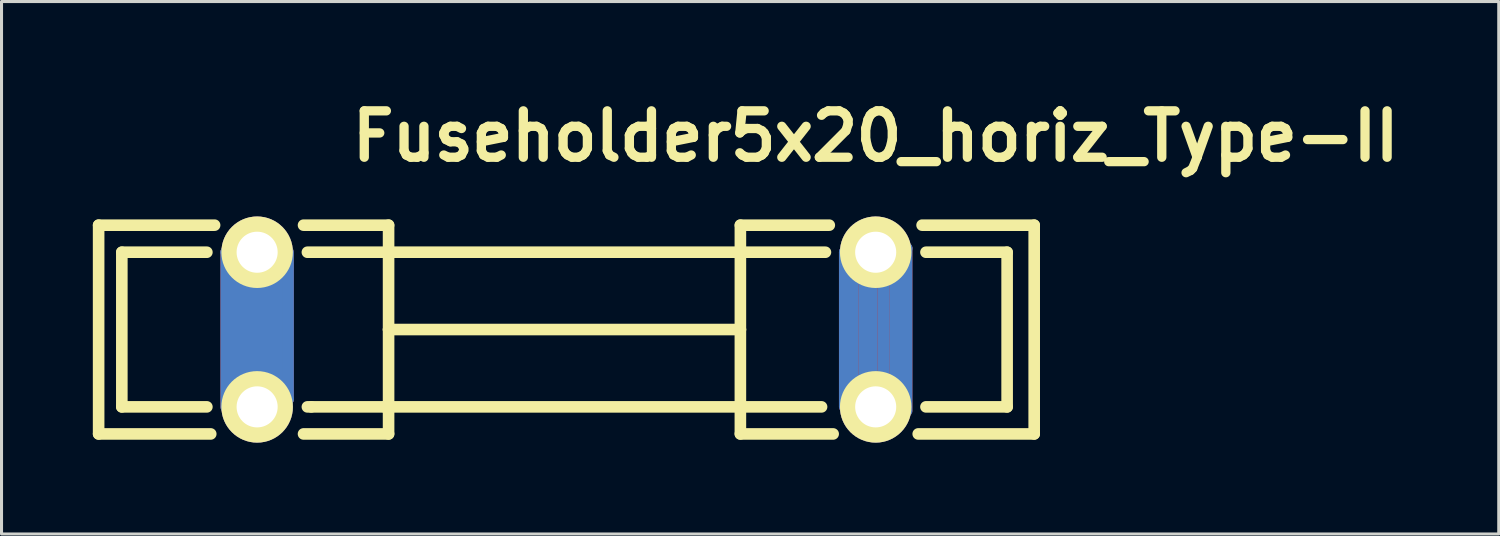
<source format=kicad_pcb>
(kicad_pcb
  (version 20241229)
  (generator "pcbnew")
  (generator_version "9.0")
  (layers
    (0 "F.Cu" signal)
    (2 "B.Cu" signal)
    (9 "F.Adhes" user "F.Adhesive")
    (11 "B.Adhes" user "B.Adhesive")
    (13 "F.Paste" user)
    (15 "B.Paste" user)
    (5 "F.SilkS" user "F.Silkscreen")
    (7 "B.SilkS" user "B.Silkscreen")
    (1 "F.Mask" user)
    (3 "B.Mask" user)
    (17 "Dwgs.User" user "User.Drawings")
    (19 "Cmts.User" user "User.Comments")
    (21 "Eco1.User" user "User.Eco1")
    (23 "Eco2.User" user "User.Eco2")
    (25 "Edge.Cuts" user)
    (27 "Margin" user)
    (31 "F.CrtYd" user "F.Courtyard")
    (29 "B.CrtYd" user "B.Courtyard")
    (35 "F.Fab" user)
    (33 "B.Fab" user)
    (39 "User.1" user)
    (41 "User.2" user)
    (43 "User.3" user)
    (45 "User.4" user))
  (footprint "Fuseholder5x20_horiz_Type-II"
    (layer "F.Cu")
    (at 15.557 7.776)
    (property "Reference" "Fuseholder5x20_horiz_Type-II" (at 10.16 -6.35 0) (layer "F.SilkS") (effects (font (size 1.524 1.524) (thickness 0.305))))
    (attr through_hole)
    (fp_line (start -11.176 -2.54) (end -10.922 -2.032) (stroke (width 0.381) (type solid)) (layer "F.Cu"))
    (fp_line (start -11.176 2.54) (end -11.176 -2.54) (stroke (width 0.381) (type solid)) (layer "F.Cu"))
    (fp_line (start -10.922 -2.032) (end -10.922 2.032) (stroke (width 0.381) (type solid)) (layer "F.Cu"))
    (fp_line (start -10.922 2.032) (end -10.668 1.651) (stroke (width 0.381) (type solid)) (layer "F.Cu"))
    (fp_line (start -10.668 -1.778) (end -10.414 -1.651) (stroke (width 0.381) (type solid)) (layer "F.Cu"))
    (fp_line (start -10.668 1.651) (end -10.668 -1.778) (stroke (width 0.381) (type solid)) (layer "F.Cu"))
    (fp_line (start -10.414 -1.651) (end -10.414 1.524) (stroke (width 0.381) (type solid)) (layer "F.Cu"))
    (fp_line (start -10.414 1.524) (end -10.16 1.524) (stroke (width 0.381) (type solid)) (layer "F.Cu"))
    (fp_line (start -10.16 -1.524) (end -9.906 -1.524) (stroke (width 0.381) (type solid)) (layer "F.Cu"))
    (fp_line (start -10.16 1.524) (end -10.16 -1.524) (stroke (width 0.381) (type solid)) (layer "F.Cu"))
    (fp_line (start -9.906 -1.524) (end -9.906 1.651) (stroke (width 0.381) (type solid)) (layer "F.Cu"))
    (fp_line (start -9.906 1.651) (end -9.652 1.778) (stroke (width 0.381) (type solid)) (layer "F.Cu"))
    (fp_line (start -9.652 -1.778) (end -9.398 -2.032) (stroke (width 0.381) (type solid)) (layer "F.Cu"))
    (fp_line (start -9.652 1.778) (end -9.652 -1.778) (stroke (width 0.381) (type solid)) (layer "F.Cu"))
    (fp_line (start -9.398 -2.032) (end -9.398 2.032) (stroke (width 0.381) (type solid)) (layer "F.Cu"))
    (fp_line (start -9.398 2.032) (end -9.144 2.286) (stroke (width 0.381) (type solid)) (layer "F.Cu"))
    (fp_line (start -9.144 2.286) (end -9.144 -2.54) (stroke (width 0.381) (type solid)) (layer "F.Cu"))
    (fp_line (start 9.144 -2.54) (end 9.398 -2.032) (stroke (width 0.381) (type solid)) (layer "F.Cu"))
    (fp_line (start 9.144 2.54) (end 9.144 -2.54) (stroke (width 0.381) (type solid)) (layer "F.Cu"))
    (fp_line (start 9.398 -2.032) (end 9.398 2.032) (stroke (width 0.381) (type solid)) (layer "F.Cu"))
    (fp_line (start 9.398 2.032) (end 9.906 1.524) (stroke (width 0.381) (type solid)) (layer "F.Cu"))
    (fp_line (start 9.652 1.524) (end 9.779 -1.651) (stroke (width 0.381) (type solid)) (layer "F.Cu"))
    (fp_line (start 9.779 -1.651) (end 9.906 1.524) (stroke (width 0.381) (type solid)) (layer "F.Cu"))
    (fp_line (start 9.906 1.524) (end 9.652 1.524) (stroke (width 0.381) (type solid)) (layer "F.Cu"))
    (fp_line (start 9.906 1.524) (end 10.16 1.651) (stroke (width 0.381) (type solid)) (layer "F.Cu"))
    (fp_line (start 10.033 -1.651) (end 10.16 1.651) (stroke (width 0.381) (type solid)) (layer "F.Cu"))
    (fp_line (start 10.16 1.651) (end 10.033 -1.651) (stroke (width 0.381) (type solid)) (layer "F.Cu"))
    (fp_line (start 10.16 1.651) (end 10.414 1.651) (stroke (width 0.381) (type solid)) (layer "F.Cu"))
    (fp_line (start 10.287 -1.651) (end 10.668 -1.651) (stroke (width 0.381) (type solid)) (layer "F.Cu"))
    (fp_line (start 10.414 1.651) (end 10.287 -1.651) (stroke (width 0.381) (type solid)) (layer "F.Cu"))
    (fp_line (start 10.668 -1.651) (end 10.668 1.778) (stroke (width 0.381) (type solid)) (layer "F.Cu"))
    (fp_line (start 10.668 1.778) (end 10.922 2.032) (stroke (width 0.381) (type solid)) (layer "F.Cu"))
    (fp_line (start 10.922 -1.905) (end 11.176 -2.667) (stroke (width 0.381) (type solid)) (layer "F.Cu"))
    (fp_line (start 10.922 2.032) (end 10.922 -1.905) (stroke (width 0.381) (type solid)) (layer "F.Cu"))
    (fp_line (start 11.176 -2.667) (end 11.176 2.667) (stroke (width 0.381) (type solid)) (layer "F.Cu"))
    (fp_line (start -11.176 -2.54) (end -10.922 -2.032) (stroke (width 0.381) (type solid)) (layer "B.Cu"))
    (fp_line (start -11.176 2.54) (end -11.176 -2.54) (stroke (width 0.381) (type solid)) (layer "B.Cu"))
    (fp_line (start -10.922 -2.032) (end -10.922 2.032) (stroke (width 0.381) (type solid)) (layer "B.Cu"))
    (fp_line (start -10.922 2.032) (end -10.668 1.651) (stroke (width 0.381) (type solid)) (layer "B.Cu"))
    (fp_line (start -10.668 -1.778) (end -10.414 -1.651) (stroke (width 0.381) (type solid)) (layer "B.Cu"))
    (fp_line (start -10.668 1.651) (end -10.668 -1.778) (stroke (width 0.381) (type solid)) (layer "B.Cu"))
    (fp_line (start -10.414 -1.651) (end -10.414 1.524) (stroke (width 0.381) (type solid)) (layer "B.Cu"))
    (fp_line (start -10.414 1.524) (end -10.16 1.524) (stroke (width 0.381) (type solid)) (layer "B.Cu"))
    (fp_line (start -10.16 -1.524) (end -9.906 -1.524) (stroke (width 0.381) (type solid)) (layer "B.Cu"))
    (fp_line (start -10.16 1.524) (end -10.16 -1.524) (stroke (width 0.381) (type solid)) (layer "B.Cu"))
    (fp_line (start -9.906 -1.524) (end -9.906 1.651) (stroke (width 0.381) (type solid)) (layer "B.Cu"))
    (fp_line (start -9.906 1.651) (end -9.652 1.778) (stroke (width 0.381) (type solid)) (layer "B.Cu"))
    (fp_line (start -9.652 -1.778) (end -9.398 -2.032) (stroke (width 0.381) (type solid)) (layer "B.Cu"))
    (fp_line (start -9.652 1.778) (end -9.652 -1.778) (stroke (width 0.381) (type solid)) (layer "B.Cu"))
    (fp_line (start -9.398 -2.032) (end -9.398 2.032) (stroke (width 0.381) (type solid)) (layer "B.Cu"))
    (fp_line (start -9.398 2.032) (end -9.144 2.286) (stroke (width 0.381) (type solid)) (layer "B.Cu"))
    (fp_line (start -9.144 2.286) (end -9.144 -2.54) (stroke (width 0.381) (type solid)) (layer "B.Cu"))
    (fp_line (start 9.144 -2.54) (end 9.398 -2.032) (stroke (width 0.381) (type solid)) (layer "B.Cu"))
    (fp_line (start 9.144 2.54) (end 9.144 -2.54) (stroke (width 0.381) (type solid)) (layer "B.Cu"))
    (fp_line (start 9.398 -2.032) (end 9.398 2.032) (stroke (width 0.381) (type solid)) (layer "B.Cu"))
    (fp_line (start 9.398 2.032) (end 9.779 1.651) (stroke (width 0.381) (type solid)) (layer "B.Cu"))
    (fp_line (start 9.779 -1.651) (end 10.033 -1.651) (stroke (width 0.381) (type solid)) (layer "B.Cu"))
    (fp_line (start 9.779 1.651) (end 9.779 -1.651) (stroke (width 0.381) (type solid)) (layer "B.Cu"))
    (fp_line (start 10.033 -1.651) (end 10.033 1.651) (stroke (width 0.381) (type solid)) (layer "B.Cu"))
    (fp_line (start 10.033 1.651) (end 10.414 1.651) (stroke (width 0.381) (type solid)) (layer "B.Cu"))
    (fp_line (start 10.414 -1.651) (end 10.795 -1.651) (stroke (width 0.381) (type solid)) (layer "B.Cu"))
    (fp_line (start 10.414 1.651) (end 10.414 -1.651) (stroke (width 0.381) (type solid)) (layer "B.Cu"))
    (fp_line (start 10.795 -1.651) (end 10.795 1.905) (stroke (width 0.381) (type solid)) (layer "B.Cu"))
    (fp_line (start 10.795 1.905) (end 11.049 2.159) (stroke (width 0.381) (type solid)) (layer "B.Cu"))
    (fp_line (start 11.049 -2.159) (end 11.176 -2.667) (stroke (width 0.381) (type solid)) (layer "B.Cu"))
    (fp_line (start 11.049 2.159) (end 11.049 -2.159) (stroke (width 0.381) (type solid)) (layer "B.Cu"))
    (fp_line (start 11.176 -2.667) (end 11.176 2.667) (stroke (width 0.381) (type solid)) (layer "B.Cu"))
    (fp_line (start -15.367 -3.429) (end -15.367 3.429) (stroke (width 0.381) (type solid)) (layer "F.SilkS"))
    (fp_line (start -15.367 -3.429) (end -11.557 -3.429) (stroke (width 0.381) (type solid)) (layer "F.SilkS"))
    (fp_line (start -15.367 3.429) (end -11.684 3.429) (stroke (width 0.381) (type solid)) (layer "F.SilkS"))
    (fp_line (start -14.605 -2.54) (end -14.605 2.54) (stroke (width 0.381) (type solid)) (layer "F.SilkS"))
    (fp_line (start -14.605 -2.54) (end -11.811 -2.54) (stroke (width 0.381) (type solid)) (layer "F.SilkS"))
    (fp_line (start -14.605 2.54) (end -11.811 2.54) (stroke (width 0.381) (type solid)) (layer "F.SilkS"))
    (fp_line (start -8.382 2.54) (end -8.509 2.54) (stroke (width 0.381) (type solid)) (layer "F.SilkS"))
    (fp_line (start -8.382 2.54) (end -5.842 2.54) (stroke (width 0.381) (type solid)) (layer "F.SilkS"))
    (fp_line (start -5.842 -3.429) (end -8.636 -3.429) (stroke (width 0.381) (type solid)) (layer "F.SilkS"))
    (fp_line (start -5.842 -3.429) (end -5.842 -2.413) (stroke (width 0.381) (type solid)) (layer "F.SilkS"))
    (fp_line (start -5.842 -2.54) (end -8.509 -2.54) (stroke (width 0.381) (type solid)) (layer "F.SilkS"))
    (fp_line (start -5.842 -2.54) (end 5.715 -2.54) (stroke (width 0.381) (type solid)) (layer "F.SilkS"))
    (fp_line (start -5.842 0) (end -5.842 -2.54) (stroke (width 0.381) (type solid)) (layer "F.SilkS"))
    (fp_line (start -5.842 2.54) (end -5.842 0) (stroke (width 0.381) (type solid)) (layer "F.SilkS"))
    (fp_line (start -5.842 3.429) (end -8.636 3.429) (stroke (width 0.381) (type solid)) (layer "F.SilkS"))
    (fp_line (start -5.842 3.429) (end -5.842 2.54) (stroke (width 0.381) (type solid)) (layer "F.SilkS"))
    (fp_line (start 5.715 -3.429) (end 5.715 -2.54) (stroke (width 0.381) (type solid)) (layer "F.SilkS"))
    (fp_line (start 5.715 -3.429) (end 8.636 -3.429) (stroke (width 0.381) (type solid)) (layer "F.SilkS"))
    (fp_line (start 5.715 -2.54) (end 8.509 -2.54) (stroke (width 0.381) (type solid)) (layer "F.SilkS"))
    (fp_line (start 5.715 0) (end -5.842 0) (stroke (width 0.381) (type solid)) (layer "F.SilkS"))
    (fp_line (start 5.715 0) (end 5.715 -2.54) (stroke (width 0.381) (type solid)) (layer "F.SilkS"))
    (fp_line (start 5.715 2.54) (end -5.969 2.54) (stroke (width 0.381) (type solid)) (layer "F.SilkS"))
    (fp_line (start 5.715 2.54) (end 5.715 0) (stroke (width 0.381) (type solid)) (layer "F.SilkS"))
    (fp_line (start 5.715 2.54) (end 8.382 2.54) (stroke (width 0.381) (type solid)) (layer "F.SilkS"))
    (fp_line (start 5.715 3.429) (end 5.715 2.54) (stroke (width 0.381) (type solid)) (layer "F.SilkS"))
    (fp_line (start 5.715 3.429) (end 8.763 3.429) (stroke (width 0.381) (type solid)) (layer "F.SilkS"))
    (fp_line (start 14.478 -2.54) (end 11.811 -2.54) (stroke (width 0.381) (type solid)) (layer "F.SilkS"))
    (fp_line (start 14.478 -2.54) (end 14.478 2.54) (stroke (width 0.381) (type solid)) (layer "F.SilkS"))
    (fp_line (start 14.478 2.54) (end 11.811 2.54) (stroke (width 0.381) (type solid)) (layer "F.SilkS"))
    (fp_line (start 15.367 -3.429) (end 11.684 -3.429) (stroke (width 0.381) (type solid)) (layer "F.SilkS"))
    (fp_line (start 15.367 -3.429) (end 15.367 3.429) (stroke (width 0.381) (type solid)) (layer "F.SilkS"))
    (fp_line (start 15.367 3.429) (end 11.557 3.429) (stroke (width 0.381) (type solid)) (layer "F.SilkS"))
    (pad "1" thru_hole circle (at -10.16 -2.54) (size 2.349 2.349) (drill 1.349) (layers "*.Cu" "*.Mask" "F.SilkS"))
    (pad "1" thru_hole circle (at -10.16 2.54) (size 2.349 2.349) (drill 1.349) (layers "*.Cu" "*.Mask" "F.SilkS"))
    (pad "2" thru_hole circle (at 10.16 -2.54) (size 2.349 2.349) (drill 1.349) (layers "*.Cu" "*.Mask" "F.SilkS"))
    (pad "2" thru_hole circle (at 10.16 2.54) (size 2.349 2.349) (drill 1.349) (layers "*.Cu" "*.Mask" "F.SilkS")))
  (gr_rect
    (start -3 -3)
    (end 46.185 14.491)
    (stroke (width 0.1) (type default))
    (fill no)
    (layer "Edge.Cuts")))
</source>
